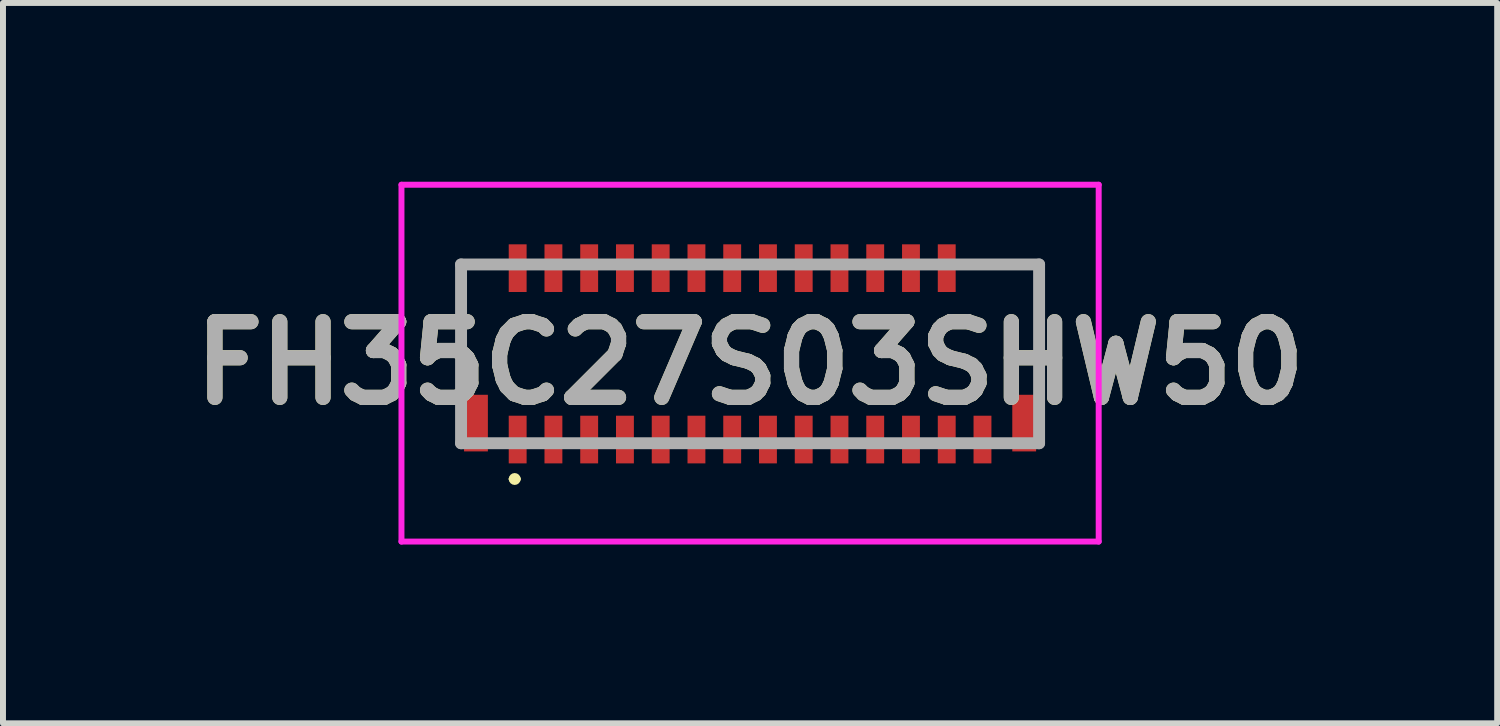
<source format=kicad_pcb>
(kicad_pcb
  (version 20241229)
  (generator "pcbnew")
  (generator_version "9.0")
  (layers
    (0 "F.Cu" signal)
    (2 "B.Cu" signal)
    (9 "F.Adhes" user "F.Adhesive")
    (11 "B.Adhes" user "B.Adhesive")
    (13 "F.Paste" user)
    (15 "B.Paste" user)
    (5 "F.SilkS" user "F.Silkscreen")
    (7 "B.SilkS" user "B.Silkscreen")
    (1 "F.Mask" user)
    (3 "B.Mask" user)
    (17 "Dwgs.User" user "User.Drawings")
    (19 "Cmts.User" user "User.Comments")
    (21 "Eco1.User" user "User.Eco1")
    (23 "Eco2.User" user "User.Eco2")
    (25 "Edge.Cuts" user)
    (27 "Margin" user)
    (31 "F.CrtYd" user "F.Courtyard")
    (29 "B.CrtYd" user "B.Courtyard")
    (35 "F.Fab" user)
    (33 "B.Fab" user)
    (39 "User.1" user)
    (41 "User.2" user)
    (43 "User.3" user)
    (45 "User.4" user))
  (footprint "FH35C27S03SHW50"
    (layer "F.Cu")
    (at 9.537 2.888)
    (property "Reference" "FH35C27S03SHW50" (at 0 0.156 0) (layer "F.SilkS") (effects (font (size 1.27 1.27) (thickness 0.254))))
    (attr smd)
    (fp_line (start -4.85 -1.5) (end -4.85 0.6) (stroke (width 0.1) (type solid)) (layer "F.SilkS"))
    (fp_line (start -4.3 -1.5) (end -4.85 -1.5) (stroke (width 0.1) (type solid)) (layer "F.SilkS"))
    (fp_line (start -4 2.1) (end -4 2.1) (stroke (width 0.1) (type solid)) (layer "F.SilkS"))
    (fp_line (start -3.9 2.1) (end -3.9 2.1) (stroke (width 0.1) (type solid)) (layer "F.SilkS"))
    (fp_line (start 3.6 -1.5) (end 4.85 -1.5) (stroke (width 0.1) (type solid)) (layer "F.SilkS"))
    (fp_line (start 4.85 -1.5) (end 4.85 0.5) (stroke (width 0.1) (type solid)) (layer "F.SilkS"))
    (fp_arc (start -4 2.1) (mid -3.95 2.05) (end -3.9 2.1) (stroke (width 0.1) (type solid)) (layer "F.SilkS"))
    (fp_arc (start -3.9 2.1) (mid -3.95 2.15) (end -4 2.1) (stroke (width 0.1) (type solid)) (layer "F.SilkS"))
    (fp_line (start -5.85 -2.838) (end 5.85 -2.838) (stroke (width 0.1) (type solid)) (layer "F.CrtYd"))
    (fp_line (start -5.85 3.15) (end -5.85 -2.838) (stroke (width 0.1) (type solid)) (layer "F.CrtYd"))
    (fp_line (start 5.85 -2.838) (end 5.85 3.15) (stroke (width 0.1) (type solid)) (layer "F.CrtYd"))
    (fp_line (start 5.85 3.15) (end -5.85 3.15) (stroke (width 0.1) (type solid)) (layer "F.CrtYd"))
    (fp_line (start -4.85 -1.5) (end 4.85 -1.5) (stroke (width 0.2) (type solid)) (layer "F.Fab"))
    (fp_line (start -4.85 1.5) (end -4.85 -1.5) (stroke (width 0.2) (type solid)) (layer "F.Fab"))
    (fp_line (start 4.85 -1.5) (end 4.85 1.5) (stroke (width 0.2) (type solid)) (layer "F.Fab"))
    (fp_line (start 4.85 1.5) (end -4.85 1.5) (stroke (width 0.2) (type solid)) (layer "F.Fab"))
    (fp_text user "${REFERENCE}" (at 0 0.156 0) (layer "F.Fab") (effects (font (size 1.27 1.27) (thickness 0.254))))
    (pad "1" smd rect (at -3.9 1.438) (size 0.3 0.8) (layers "F.Cu" "F.Mask" "F.Paste"))
    (pad "2" smd rect (at -3.9 -1.438) (size 0.3 0.8) (layers "F.Cu" "F.Mask" "F.Paste"))
    (pad "3" smd rect (at -3.3 1.438) (size 0.3 0.8) (layers "F.Cu" "F.Mask" "F.Paste"))
    (pad "4" smd rect (at -3.3 -1.438) (size 0.3 0.8) (layers "F.Cu" "F.Mask" "F.Paste"))
    (pad "5" smd rect (at -2.7 1.438) (size 0.3 0.8) (layers "F.Cu" "F.Mask" "F.Paste"))
    (pad "6" smd rect (at -2.7 -1.438) (size 0.3 0.8) (layers "F.Cu" "F.Mask" "F.Paste"))
    (pad "7" smd rect (at -2.1 1.438) (size 0.3 0.8) (layers "F.Cu" "F.Mask" "F.Paste"))
    (pad "8" smd rect (at -2.1 -1.438) (size 0.3 0.8) (layers "F.Cu" "F.Mask" "F.Paste"))
    (pad "9" smd rect (at -1.5 1.438) (size 0.3 0.8) (layers "F.Cu" "F.Mask" "F.Paste"))
    (pad "10" smd rect (at -1.5 -1.438) (size 0.3 0.8) (layers "F.Cu" "F.Mask" "F.Paste"))
    (pad "11" smd rect (at -0.9 1.438) (size 0.3 0.8) (layers "F.Cu" "F.Mask" "F.Paste"))
    (pad "12" smd rect (at -0.9 -1.438) (size 0.3 0.8) (layers "F.Cu" "F.Mask" "F.Paste"))
    (pad "13" smd rect (at -0.3 1.438) (size 0.3 0.8) (layers "F.Cu" "F.Mask" "F.Paste"))
    (pad "14" smd rect (at -0.3 -1.438) (size 0.3 0.8) (layers "F.Cu" "F.Mask" "F.Paste"))
    (pad "15" smd rect (at 0.3 1.438) (size 0.3 0.8) (layers "F.Cu" "F.Mask" "F.Paste"))
    (pad "16" smd rect (at 0.3 -1.438) (size 0.3 0.8) (layers "F.Cu" "F.Mask" "F.Paste"))
    (pad "17" smd rect (at 0.9 1.438) (size 0.3 0.8) (layers "F.Cu" "F.Mask" "F.Paste"))
    (pad "18" smd rect (at 0.9 -1.438) (size 0.3 0.8) (layers "F.Cu" "F.Mask" "F.Paste"))
    (pad "19" smd rect (at 1.5 1.438) (size 0.3 0.8) (layers "F.Cu" "F.Mask" "F.Paste"))
    (pad "20" smd rect (at 1.5 -1.438) (size 0.3 0.8) (layers "F.Cu" "F.Mask" "F.Paste"))
    (pad "21" smd rect (at 2.1 1.438) (size 0.3 0.8) (layers "F.Cu" "F.Mask" "F.Paste"))
    (pad "22" smd rect (at 2.1 -1.438) (size 0.3 0.8) (layers "F.Cu" "F.Mask" "F.Paste"))
    (pad "23" smd rect (at 2.7 1.438) (size 0.3 0.8) (layers "F.Cu" "F.Mask" "F.Paste"))
    (pad "24" smd rect (at 2.7 -1.438) (size 0.3 0.8) (layers "F.Cu" "F.Mask" "F.Paste"))
    (pad "25" smd rect (at 3.3 1.438) (size 0.3 0.8) (layers "F.Cu" "F.Mask" "F.Paste"))
    (pad "26" smd rect (at 3.3 -1.438) (size 0.3 0.8) (layers "F.Cu" "F.Mask" "F.Paste"))
    (pad "27" smd rect (at 3.9 1.438) (size 0.3 0.8) (layers "F.Cu" "F.Mask" "F.Paste"))
    (pad "MP1" smd rect (at -4.6 1.162) (size 0.4 0.95) (layers "F.Cu" "F.Mask" "F.Paste"))
    (pad "MP2" smd rect (at 4.6 1.162) (size 0.4 0.95) (layers "F.Cu" "F.Mask" "F.Paste")))
  (gr_rect
    (start -3 -3)
    (end 22.074 9.088)
    (stroke (width 0.1) (type default))
    (fill no)
    (layer "Edge.Cuts")))
</source>
